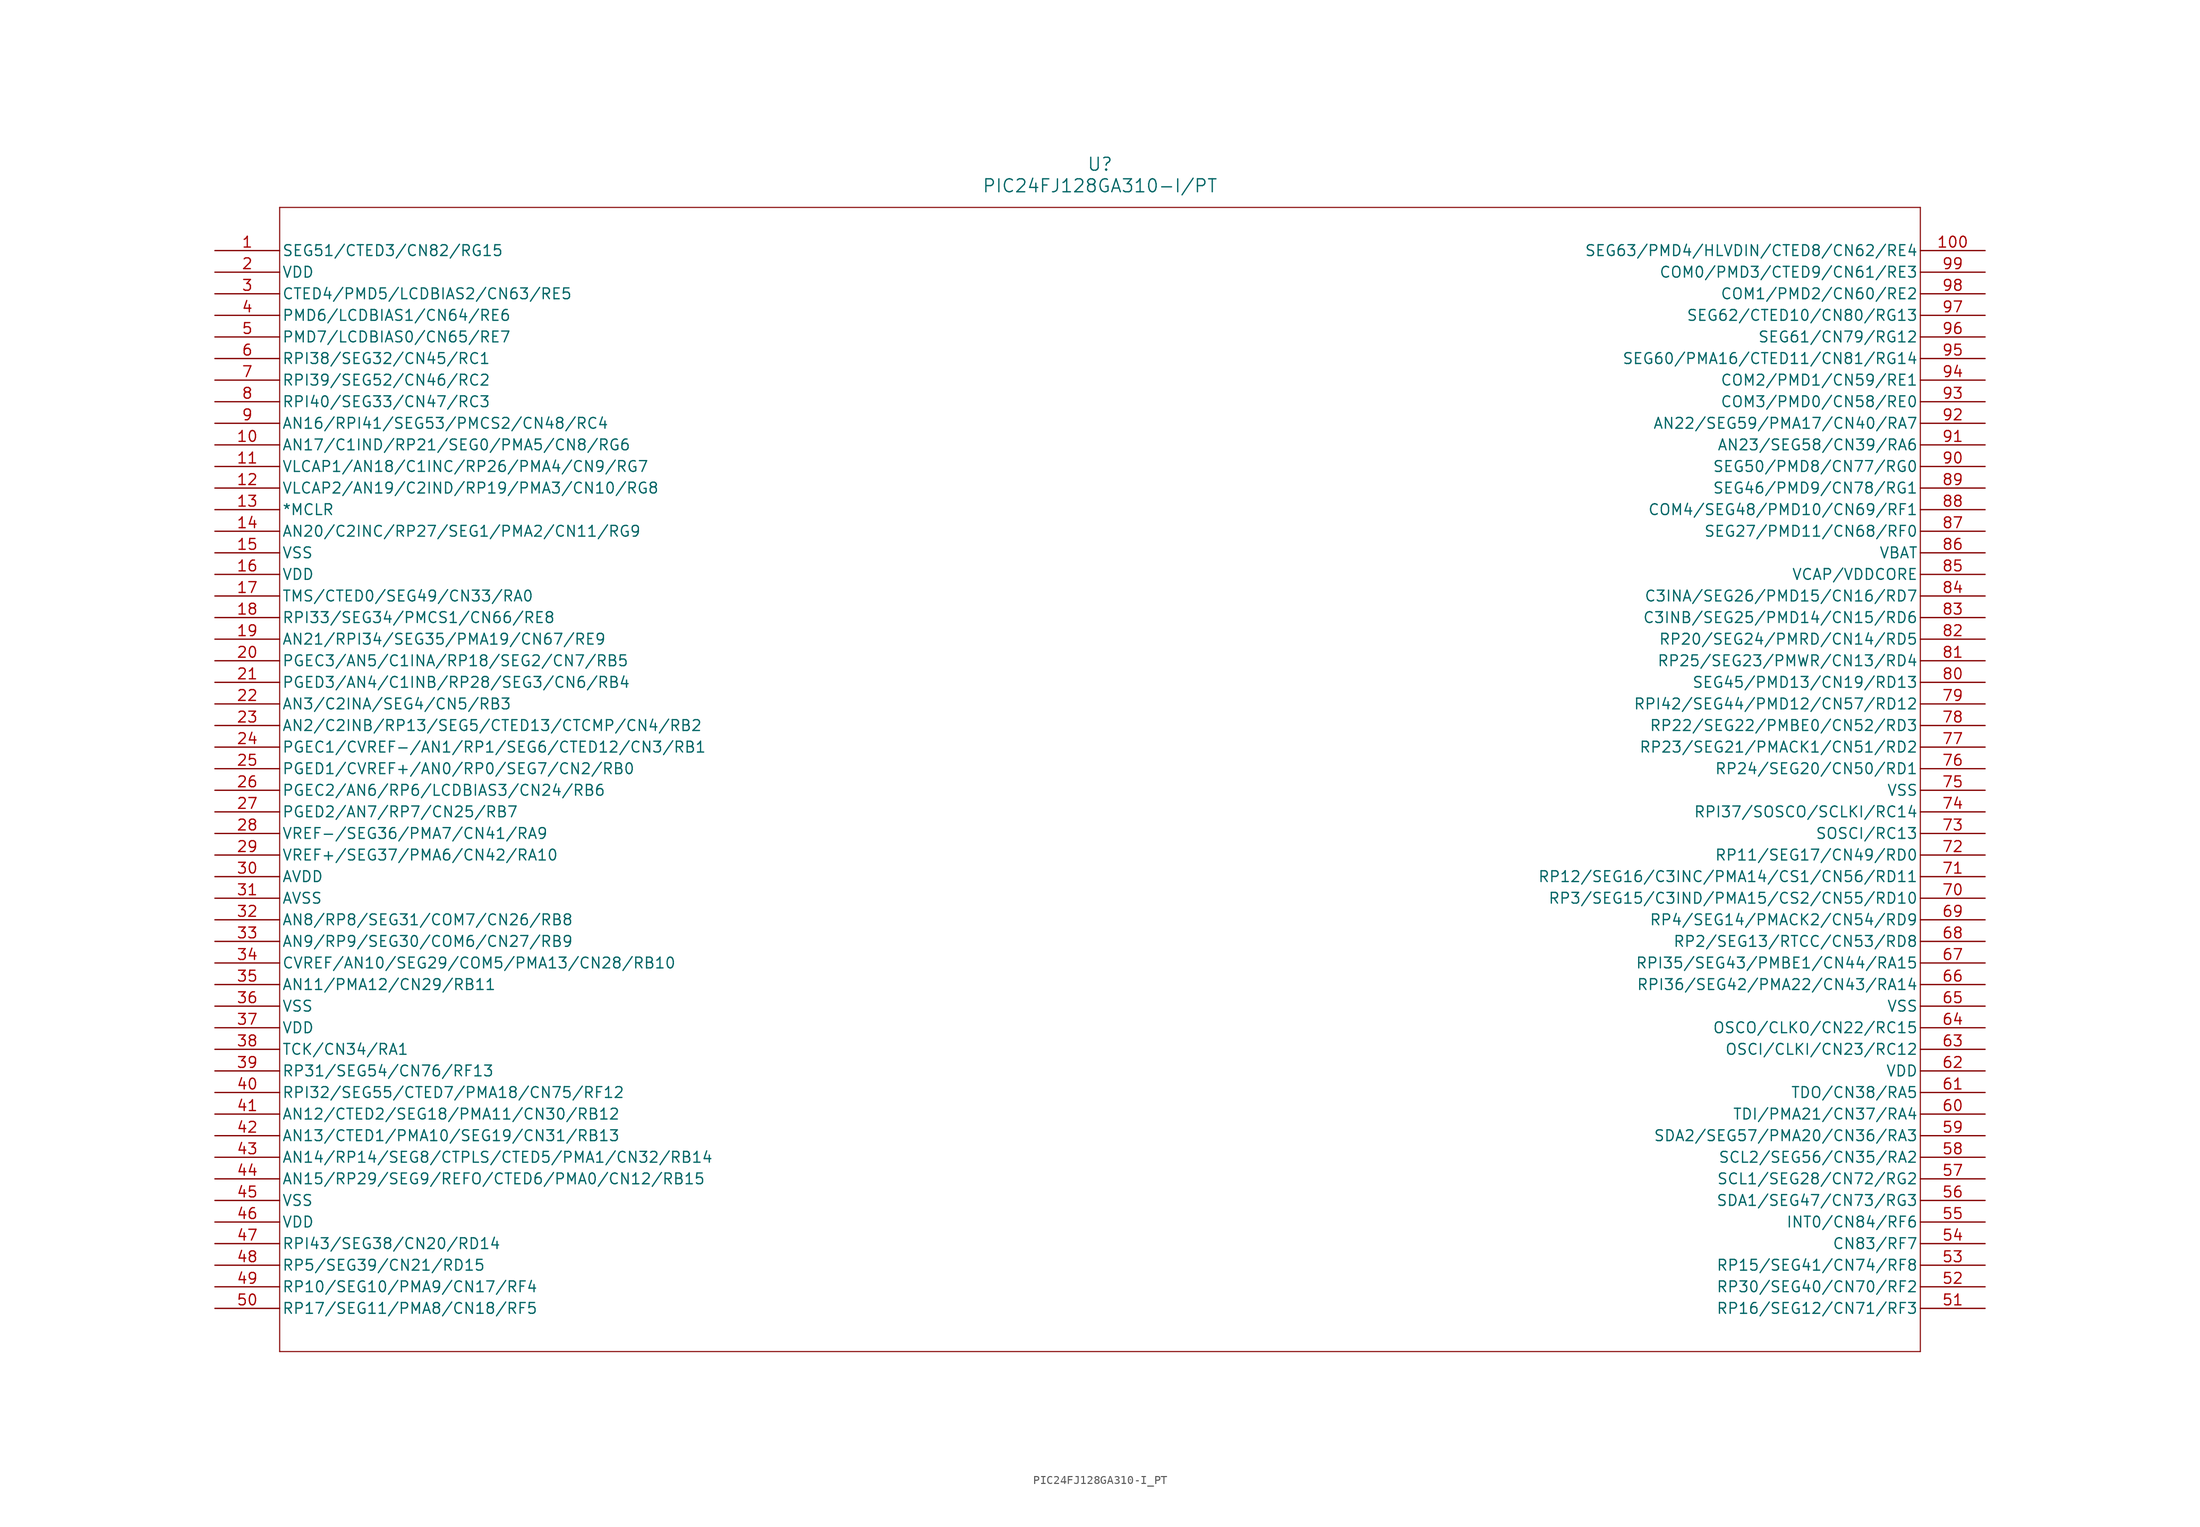
<source format=kicad_sym>
(kicad_symbol_lib
  (version 20211014)
  (generator kicad_symbol_editor)
  (symbol "PIC24FJ128GA310-I_PT"
    (pin_names
      (offset 0.254))
    (property "Reference" "U"
      (at 104.14 10.16 0)
      (effects (font (size 1.524 1.524))))
    (property "Value" "PIC24FJ128GA310-I/PT"
      (at 104.14 7.62 0)
      (effects (font (size 1.524 1.524))))
    (symbol "PIC24FJ128GA310-I_PT_0_1"
      (polyline (pts (xy 7.62 5.08) (xy 7.62 -129.54)) (stroke (width 0.127) (type default) (color 0 0 0 0)) (fill (type none)))
      (polyline (pts (xy 7.62 -129.54) (xy 200.66 -129.54)) (stroke (width 0.127) (type default) (color 0 0 0 0)) (fill (type none)))
      (polyline (pts (xy 200.66 -129.54) (xy 200.66 5.08)) (stroke (width 0.127) (type default) (color 0 0 0 0)) (fill (type none)))
      (polyline (pts (xy 200.66 5.08) (xy 7.62 5.08)) (stroke (width 0.127) (type default) (color 0 0 0 0)) (fill (type none)))
      (pin bidirectional line (at 0 0 0) (length 7.62) (name "SEG51/CTED3/CN82/RG15" (effects (font (size 1.27 1.27)))) (number "1" (effects (font (size 1.27 1.27)))))
      (pin power_in line (at 0 -2.54 0) (length 7.62) (name "VDD" (effects (font (size 1.27 1.27)))) (number "2" (effects (font (size 1.27 1.27)))))
      (pin bidirectional line (at 0 -5.08 0) (length 7.62) (name "CTED4/PMD5/LCDBIAS2/CN63/RE5" (effects (font (size 1.27 1.27)))) (number "3" (effects (font (size 1.27 1.27)))))
      (pin bidirectional line (at 0 -7.62 0) (length 7.62) (name "PMD6/LCDBIAS1/CN64/RE6" (effects (font (size 1.27 1.27)))) (number "4" (effects (font (size 1.27 1.27)))))
      (pin bidirectional line (at 0 -10.16 0) (length 7.62) (name "PMD7/LCDBIAS0/CN65/RE7" (effects (font (size 1.27 1.27)))) (number "5" (effects (font (size 1.27 1.27)))))
      (pin bidirectional line (at 0 -12.7 0) (length 7.62) (name "RPI38/SEG32/CN45/RC1" (effects (font (size 1.27 1.27)))) (number "6" (effects (font (size 1.27 1.27)))))
      (pin bidirectional line (at 0 -15.24 0) (length 7.62) (name "RPI39/SEG52/CN46/RC2" (effects (font (size 1.27 1.27)))) (number "7" (effects (font (size 1.27 1.27)))))
      (pin bidirectional line (at 0 -17.78 0) (length 7.62) (name "RPI40/SEG33/CN47/RC3" (effects (font (size 1.27 1.27)))) (number "8" (effects (font (size 1.27 1.27)))))
      (pin bidirectional line (at 0 -20.32 0) (length 7.62) (name "AN16/RPI41/SEG53/PMCS2/CN48/RC4" (effects (font (size 1.27 1.27)))) (number "9" (effects (font (size 1.27 1.27)))))
      (pin bidirectional line (at 0 -22.86 0) (length 7.62) (name "AN17/C1IND/RP21/SEG0/PMA5/CN8/RG6" (effects (font (size 1.27 1.27)))) (number "10" (effects (font (size 1.27 1.27)))))
      (pin bidirectional line (at 0 -25.4 0) (length 7.62) (name "VLCAP1/AN18/C1INC/RP26/PMA4/CN9/RG7" (effects (font (size 1.27 1.27)))) (number "11" (effects (font (size 1.27 1.27)))))
      (pin bidirectional line (at 0 -27.94 0) (length 7.62) (name "VLCAP2/AN19/C2IND/RP19/PMA3/CN10/RG8" (effects (font (size 1.27 1.27)))) (number "12" (effects (font (size 1.27 1.27)))))
      (pin unspecified line (at 0 -30.48 0) (length 7.62) (name "*MCLR" (effects (font (size 1.27 1.27)))) (number "13" (effects (font (size 1.27 1.27)))))
      (pin bidirectional line (at 0 -33.02 0) (length 7.62) (name "AN20/C2INC/RP27/SEG1/PMA2/CN11/RG9" (effects (font (size 1.27 1.27)))) (number "14" (effects (font (size 1.27 1.27)))))
      (pin power_in line (at 0 -35.56 0) (length 7.62) (name "VSS" (effects (font (size 1.27 1.27)))) (number "15" (effects (font (size 1.27 1.27)))))
      (pin power_in line (at 0 -38.1 0) (length 7.62) (name "VDD" (effects (font (size 1.27 1.27)))) (number "16" (effects (font (size 1.27 1.27)))))
      (pin bidirectional line (at 0 -40.64 0) (length 7.62) (name "TMS/CTED0/SEG49/CN33/RA0" (effects (font (size 1.27 1.27)))) (number "17" (effects (font (size 1.27 1.27)))))
      (pin bidirectional line (at 0 -43.18 0) (length 7.62) (name "RPI33/SEG34/PMCS1/CN66/RE8" (effects (font (size 1.27 1.27)))) (number "18" (effects (font (size 1.27 1.27)))))
      (pin bidirectional line (at 0 -45.72 0) (length 7.62) (name "AN21/RPI34/SEG35/PMA19/CN67/RE9" (effects (font (size 1.27 1.27)))) (number "19" (effects (font (size 1.27 1.27)))))
      (pin bidirectional line (at 0 -48.26 0) (length 7.62) (name "PGEC3/AN5/C1INA/RP18/SEG2/CN7/RB5" (effects (font (size 1.27 1.27)))) (number "20" (effects (font (size 1.27 1.27)))))
      (pin bidirectional line (at 0 -50.8 0) (length 7.62) (name "PGED3/AN4/C1INB/RP28/SEG3/CN6/RB4" (effects (font (size 1.27 1.27)))) (number "21" (effects (font (size 1.27 1.27)))))
      (pin bidirectional line (at 0 -53.34 0) (length 7.62) (name "AN3/C2INA/SEG4/CN5/RB3" (effects (font (size 1.27 1.27)))) (number "22" (effects (font (size 1.27 1.27)))))
      (pin bidirectional line (at 0 -55.88 0) (length 7.62) (name "AN2/C2INB/RP13/SEG5/CTED13/CTCMP/CN4/RB2" (effects (font (size 1.27 1.27)))) (number "23" (effects (font (size 1.27 1.27)))))
      (pin bidirectional line (at 0 -58.42 0) (length 7.62) (name "PGEC1/CVREF-/AN1/RP1/SEG6/CTED12/CN3/RB1" (effects (font (size 1.27 1.27)))) (number "24" (effects (font (size 1.27 1.27)))))
      (pin bidirectional line (at 0 -60.96 0) (length 7.62) (name "PGED1/CVREF+/AN0/RP0/SEG7/CN2/RB0" (effects (font (size 1.27 1.27)))) (number "25" (effects (font (size 1.27 1.27)))))
      (pin bidirectional line (at 0 -63.5 0) (length 7.62) (name "PGEC2/AN6/RP6/LCDBIAS3/CN24/RB6" (effects (font (size 1.27 1.27)))) (number "26" (effects (font (size 1.27 1.27)))))
      (pin bidirectional line (at 0 -66.04 0) (length 7.62) (name "PGED2/AN7/RP7/CN25/RB7" (effects (font (size 1.27 1.27)))) (number "27" (effects (font (size 1.27 1.27)))))
      (pin bidirectional line (at 0 -68.58 0) (length 7.62) (name "VREF-/SEG36/PMA7/CN41/RA9" (effects (font (size 1.27 1.27)))) (number "28" (effects (font (size 1.27 1.27)))))
      (pin bidirectional line (at 0 -71.12 0) (length 7.62) (name "VREF+/SEG37/PMA6/CN42/RA10" (effects (font (size 1.27 1.27)))) (number "29" (effects (font (size 1.27 1.27)))))
      (pin power_in line (at 0 -73.66 0) (length 7.62) (name "AVDD" (effects (font (size 1.27 1.27)))) (number "30" (effects (font (size 1.27 1.27)))))
      (pin power_in line (at 0 -76.2 0) (length 7.62) (name "AVSS" (effects (font (size 1.27 1.27)))) (number "31" (effects (font (size 1.27 1.27)))))
      (pin bidirectional line (at 0 -78.74 0) (length 7.62) (name "AN8/RP8/SEG31/COM7/CN26/RB8" (effects (font (size 1.27 1.27)))) (number "32" (effects (font (size 1.27 1.27)))))
      (pin bidirectional line (at 0 -81.28 0) (length 7.62) (name "AN9/RP9/SEG30/COM6/CN27/RB9" (effects (font (size 1.27 1.27)))) (number "33" (effects (font (size 1.27 1.27)))))
      (pin bidirectional line (at 0 -83.82 0) (length 7.62) (name "CVREF/AN10/SEG29/COM5/PMA13/CN28/RB10" (effects (font (size 1.27 1.27)))) (number "34" (effects (font (size 1.27 1.27)))))
      (pin bidirectional line (at 0 -86.36 0) (length 7.62) (name "AN11/PMA12/CN29/RB11" (effects (font (size 1.27 1.27)))) (number "35" (effects (font (size 1.27 1.27)))))
      (pin power_in line (at 0 -88.9 0) (length 7.62) (name "VSS" (effects (font (size 1.27 1.27)))) (number "36" (effects (font (size 1.27 1.27)))))
      (pin power_in line (at 0 -91.44 0) (length 7.62) (name "VDD" (effects (font (size 1.27 1.27)))) (number "37" (effects (font (size 1.27 1.27)))))
      (pin bidirectional line (at 0 -93.98 0) (length 7.62) (name "TCK/CN34/RA1" (effects (font (size 1.27 1.27)))) (number "38" (effects (font (size 1.27 1.27)))))
      (pin bidirectional line (at 0 -96.52 0) (length 7.62) (name "RP31/SEG54/CN76/RF13" (effects (font (size 1.27 1.27)))) (number "39" (effects (font (size 1.27 1.27)))))
      (pin bidirectional line (at 0 -99.06 0) (length 7.62) (name "RPI32/SEG55/CTED7/PMA18/CN75/RF12" (effects (font (size 1.27 1.27)))) (number "40" (effects (font (size 1.27 1.27)))))
      (pin bidirectional line (at 0 -101.6 0) (length 7.62) (name "AN12/CTED2/SEG18/PMA11/CN30/RB12" (effects (font (size 1.27 1.27)))) (number "41" (effects (font (size 1.27 1.27)))))
      (pin bidirectional line (at 0 -104.14 0) (length 7.62) (name "AN13/CTED1/PMA10/SEG19/CN31/RB13" (effects (font (size 1.27 1.27)))) (number "42" (effects (font (size 1.27 1.27)))))
      (pin bidirectional line (at 0 -106.68 0) (length 7.62) (name "AN14/RP14/SEG8/CTPLS/CTED5/PMA1/CN32/RB14" (effects (font (size 1.27 1.27)))) (number "43" (effects (font (size 1.27 1.27)))))
      (pin bidirectional line (at 0 -109.22 0) (length 7.62) (name "AN15/RP29/SEG9/REFO/CTED6/PMA0/CN12/RB15" (effects (font (size 1.27 1.27)))) (number "44" (effects (font (size 1.27 1.27)))))
      (pin power_in line (at 0 -111.76 0) (length 7.62) (name "VSS" (effects (font (size 1.27 1.27)))) (number "45" (effects (font (size 1.27 1.27)))))
      (pin power_in line (at 0 -114.3 0) (length 7.62) (name "VDD" (effects (font (size 1.27 1.27)))) (number "46" (effects (font (size 1.27 1.27)))))
      (pin bidirectional line (at 0 -116.84 0) (length 7.62) (name "RPI43/SEG38/CN20/RD14" (effects (font (size 1.27 1.27)))) (number "47" (effects (font (size 1.27 1.27)))))
      (pin bidirectional line (at 0 -119.38 0) (length 7.62) (name "RP5/SEG39/CN21/RD15" (effects (font (size 1.27 1.27)))) (number "48" (effects (font (size 1.27 1.27)))))
      (pin bidirectional line (at 0 -121.92 0) (length 7.62) (name "RP10/SEG10/PMA9/CN17/RF4" (effects (font (size 1.27 1.27)))) (number "49" (effects (font (size 1.27 1.27)))))
      (pin bidirectional line (at 0 -124.46 0) (length 7.62) (name "RP17/SEG11/PMA8/CN18/RF5" (effects (font (size 1.27 1.27)))) (number "50" (effects (font (size 1.27 1.27)))))
      (pin bidirectional line (at 208.28 -124.46 180) (length 7.62) (name "RP16/SEG12/CN71/RF3" (effects (font (size 1.27 1.27)))) (number "51" (effects (font (size 1.27 1.27)))))
      (pin bidirectional line (at 208.28 -121.92 180) (length 7.62) (name "RP30/SEG40/CN70/RF2" (effects (font (size 1.27 1.27)))) (number "52" (effects (font (size 1.27 1.27)))))
      (pin bidirectional line (at 208.28 -119.38 180) (length 7.62) (name "RP15/SEG41/CN74/RF8" (effects (font (size 1.27 1.27)))) (number "53" (effects (font (size 1.27 1.27)))))
      (pin bidirectional line (at 208.28 -116.84 180) (length 7.62) (name "CN83/RF7" (effects (font (size 1.27 1.27)))) (number "54" (effects (font (size 1.27 1.27)))))
      (pin bidirectional line (at 208.28 -114.3 180) (length 7.62) (name "INT0/CN84/RF6" (effects (font (size 1.27 1.27)))) (number "55" (effects (font (size 1.27 1.27)))))
      (pin bidirectional line (at 208.28 -111.76 180) (length 7.62) (name "SDA1/SEG47/CN73/RG3" (effects (font (size 1.27 1.27)))) (number "56" (effects (font (size 1.27 1.27)))))
      (pin bidirectional line (at 208.28 -109.22 180) (length 7.62) (name "SCL1/SEG28/CN72/RG2" (effects (font (size 1.27 1.27)))) (number "57" (effects (font (size 1.27 1.27)))))
      (pin bidirectional line (at 208.28 -106.68 180) (length 7.62) (name "SCL2/SEG56/CN35/RA2" (effects (font (size 1.27 1.27)))) (number "58" (effects (font (size 1.27 1.27)))))
      (pin bidirectional line (at 208.28 -104.14 180) (length 7.62) (name "SDA2/SEG57/PMA20/CN36/RA3" (effects (font (size 1.27 1.27)))) (number "59" (effects (font (size 1.27 1.27)))))
      (pin bidirectional line (at 208.28 -101.6 180) (length 7.62) (name "TDI/PMA21/CN37/RA4" (effects (font (size 1.27 1.27)))) (number "60" (effects (font (size 1.27 1.27)))))
      (pin bidirectional line (at 208.28 -99.06 180) (length 7.62) (name "TDO/CN38/RA5" (effects (font (size 1.27 1.27)))) (number "61" (effects (font (size 1.27 1.27)))))
      (pin power_in line (at 208.28 -96.52 180) (length 7.62) (name "VDD" (effects (font (size 1.27 1.27)))) (number "62" (effects (font (size 1.27 1.27)))))
      (pin bidirectional line (at 208.28 -93.98 180) (length 7.62) (name "OSCI/CLKI/CN23/RC12" (effects (font (size 1.27 1.27)))) (number "63" (effects (font (size 1.27 1.27)))))
      (pin bidirectional line (at 208.28 -91.44 180) (length 7.62) (name "OSCO/CLKO/CN22/RC15" (effects (font (size 1.27 1.27)))) (number "64" (effects (font (size 1.27 1.27)))))
      (pin power_in line (at 208.28 -88.9 180) (length 7.62) (name "VSS" (effects (font (size 1.27 1.27)))) (number "65" (effects (font (size 1.27 1.27)))))
      (pin bidirectional line (at 208.28 -86.36 180) (length 7.62) (name "RPI36/SEG42/PMA22/CN43/RA14" (effects (font (size 1.27 1.27)))) (number "66" (effects (font (size 1.27 1.27)))))
      (pin bidirectional line (at 208.28 -83.82 180) (length 7.62) (name "RPI35/SEG43/PMBE1/CN44/RA15" (effects (font (size 1.27 1.27)))) (number "67" (effects (font (size 1.27 1.27)))))
      (pin bidirectional line (at 208.28 -81.28 180) (length 7.62) (name "RP2/SEG13/RTCC/CN53/RD8" (effects (font (size 1.27 1.27)))) (number "68" (effects (font (size 1.27 1.27)))))
      (pin bidirectional line (at 208.28 -78.74 180) (length 7.62) (name "RP4/SEG14/PMACK2/CN54/RD9" (effects (font (size 1.27 1.27)))) (number "69" (effects (font (size 1.27 1.27)))))
      (pin bidirectional line (at 208.28 -76.2 180) (length 7.62) (name "RP3/SEG15/C3IND/PMA15/CS2/CN55/RD10" (effects (font (size 1.27 1.27)))) (number "70" (effects (font (size 1.27 1.27)))))
      (pin bidirectional line (at 208.28 -73.66 180) (length 7.62) (name "RP12/SEG16/C3INC/PMA14/CS1/CN56/RD11" (effects (font (size 1.27 1.27)))) (number "71" (effects (font (size 1.27 1.27)))))
      (pin bidirectional line (at 208.28 -71.12 180) (length 7.62) (name "RP11/SEG17/CN49/RD0" (effects (font (size 1.27 1.27)))) (number "72" (effects (font (size 1.27 1.27)))))
      (pin bidirectional line (at 208.28 -68.58 180) (length 7.62) (name "SOSCI/RC13" (effects (font (size 1.27 1.27)))) (number "73" (effects (font (size 1.27 1.27)))))
      (pin bidirectional line (at 208.28 -66.04 180) (length 7.62) (name "RPI37/SOSCO/SCLKI/RC14" (effects (font (size 1.27 1.27)))) (number "74" (effects (font (size 1.27 1.27)))))
      (pin power_in line (at 208.28 -63.5 180) (length 7.62) (name "VSS" (effects (font (size 1.27 1.27)))) (number "75" (effects (font (size 1.27 1.27)))))
      (pin bidirectional line (at 208.28 -60.96 180) (length 7.62) (name "RP24/SEG20/CN50/RD1" (effects (font (size 1.27 1.27)))) (number "76" (effects (font (size 1.27 1.27)))))
      (pin bidirectional line (at 208.28 -58.42 180) (length 7.62) (name "RP23/SEG21/PMACK1/CN51/RD2" (effects (font (size 1.27 1.27)))) (number "77" (effects (font (size 1.27 1.27)))))
      (pin bidirectional line (at 208.28 -55.88 180) (length 7.62) (name "RP22/SEG22/PMBE0/CN52/RD3" (effects (font (size 1.27 1.27)))) (number "78" (effects (font (size 1.27 1.27)))))
      (pin bidirectional line (at 208.28 -53.34 180) (length 7.62) (name "RPI42/SEG44/PMD12/CN57/RD12" (effects (font (size 1.27 1.27)))) (number "79" (effects (font (size 1.27 1.27)))))
      (pin bidirectional line (at 208.28 -50.8 180) (length 7.62) (name "SEG45/PMD13/CN19/RD13" (effects (font (size 1.27 1.27)))) (number "80" (effects (font (size 1.27 1.27)))))
      (pin bidirectional line (at 208.28 -48.26 180) (length 7.62) (name "RP25/SEG23/PMWR/CN13/RD4" (effects (font (size 1.27 1.27)))) (number "81" (effects (font (size 1.27 1.27)))))
      (pin bidirectional line (at 208.28 -45.72 180) (length 7.62) (name "RP20/SEG24/PMRD/CN14/RD5" (effects (font (size 1.27 1.27)))) (number "82" (effects (font (size 1.27 1.27)))))
      (pin bidirectional line (at 208.28 -43.18 180) (length 7.62) (name "C3INB/SEG25/PMD14/CN15/RD6" (effects (font (size 1.27 1.27)))) (number "83" (effects (font (size 1.27 1.27)))))
      (pin bidirectional line (at 208.28 -40.64 180) (length 7.62) (name "C3INA/SEG26/PMD15/CN16/RD7" (effects (font (size 1.27 1.27)))) (number "84" (effects (font (size 1.27 1.27)))))
      (pin power_in line (at 208.28 -38.1 180) (length 7.62) (name "VCAP/VDDCORE" (effects (font (size 1.27 1.27)))) (number "85" (effects (font (size 1.27 1.27)))))
      (pin power_in line (at 208.28 -35.56 180) (length 7.62) (name "VBAT" (effects (font (size 1.27 1.27)))) (number "86" (effects (font (size 1.27 1.27)))))
      (pin bidirectional line (at 208.28 -33.02 180) (length 7.62) (name "SEG27/PMD11/CN68/RF0" (effects (font (size 1.27 1.27)))) (number "87" (effects (font (size 1.27 1.27)))))
      (pin bidirectional line (at 208.28 -30.48 180) (length 7.62) (name "COM4/SEG48/PMD10/CN69/RF1" (effects (font (size 1.27 1.27)))) (number "88" (effects (font (size 1.27 1.27)))))
      (pin bidirectional line (at 208.28 -27.94 180) (length 7.62) (name "SEG46/PMD9/CN78/RG1" (effects (font (size 1.27 1.27)))) (number "89" (effects (font (size 1.27 1.27)))))
      (pin bidirectional line (at 208.28 -25.4 180) (length 7.62) (name "SEG50/PMD8/CN77/RG0" (effects (font (size 1.27 1.27)))) (number "90" (effects (font (size 1.27 1.27)))))
      (pin bidirectional line (at 208.28 -22.86 180) (length 7.62) (name "AN23/SEG58/CN39/RA6" (effects (font (size 1.27 1.27)))) (number "91" (effects (font (size 1.27 1.27)))))
      (pin bidirectional line (at 208.28 -20.32 180) (length 7.62) (name "AN22/SEG59/PMA17/CN40/RA7" (effects (font (size 1.27 1.27)))) (number "92" (effects (font (size 1.27 1.27)))))
      (pin bidirectional line (at 208.28 -17.78 180) (length 7.62) (name "COM3/PMD0/CN58/RE0" (effects (font (size 1.27 1.27)))) (number "93" (effects (font (size 1.27 1.27)))))
      (pin bidirectional line (at 208.28 -15.24 180) (length 7.62) (name "COM2/PMD1/CN59/RE1" (effects (font (size 1.27 1.27)))) (number "94" (effects (font (size 1.27 1.27)))))
      (pin bidirectional line (at 208.28 -12.7 180) (length 7.62) (name "SEG60/PMA16/CTED11/CN81/RG14" (effects (font (size 1.27 1.27)))) (number "95" (effects (font (size 1.27 1.27)))))
      (pin bidirectional line (at 208.28 -10.16 180) (length 7.62) (name "SEG61/CN79/RG12" (effects (font (size 1.27 1.27)))) (number "96" (effects (font (size 1.27 1.27)))))
      (pin bidirectional line (at 208.28 -7.62 180) (length 7.62) (name "SEG62/CTED10/CN80/RG13" (effects (font (size 1.27 1.27)))) (number "97" (effects (font (size 1.27 1.27)))))
      (pin bidirectional line (at 208.28 -5.08 180) (length 7.62) (name "COM1/PMD2/CN60/RE2" (effects (font (size 1.27 1.27)))) (number "98" (effects (font (size 1.27 1.27)))))
      (pin bidirectional line (at 208.28 -2.54 180) (length 7.62) (name "COM0/PMD3/CTED9/CN61/RE3" (effects (font (size 1.27 1.27)))) (number "99" (effects (font (size 1.27 1.27)))))
      (pin bidirectional line (at 208.28 0 180) (length 7.62) (name "SEG63/PMD4/HLVDIN/CTED8/CN62/RE4" (effects (font (size 1.27 1.27)))) (number "100" (effects (font (size 1.27 1.27))))))))
</source>
